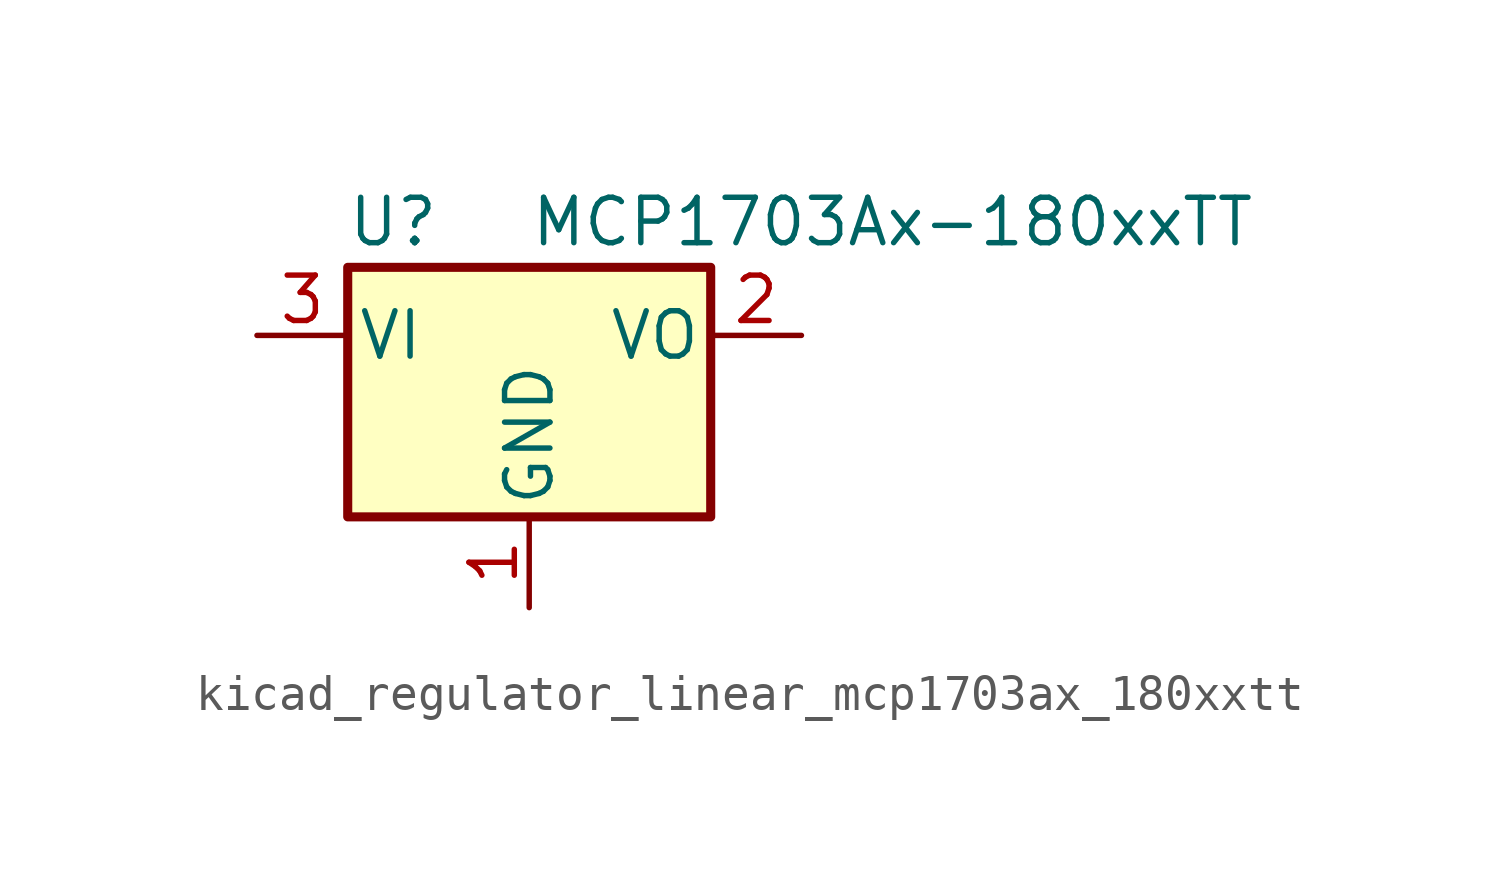
<source format=kicad_sym>
(kicad_symbol_lib
  (version 20220914)
  (generator kicad_symbol_editor)
  (symbol "kicad_regulator_linear_mcp1703ax_180xxtt"
    (pin_names
      (offset 0.254))
    (property "Reference" "U"
      (at -3.81 3.175 0)
      (effects (font (size 1.27 1.27))))
    (property "Value" "MCP1703Ax-180xxTT"
      (at 0 3.175 0)
      (effects (font (size 1.27 1.27)) (justify left)))
    (symbol "kicad_regulator_linear_mcp1703ax_180xxtt_0_1"
      (rectangle (start -5.08 -5.08) (end 5.08 1.905) (stroke (width 0.254) (type default)) (fill (type background))))
    (symbol "kicad_regulator_linear_mcp1703ax_180xxtt_1_1"
      (pin power_in line (at 0 -7.62 90) (length 2.54) (name "GND" (effects (font (size 1.27 1.27)))) (number "1" (effects (font (size 1.27 1.27)))))
      (pin power_out line (at 7.62 0 180) (length 2.54) (name "VO" (effects (font (size 1.27 1.27)))) (number "2" (effects (font (size 1.27 1.27)))))
      (pin power_in line (at -7.62 0 0) (length 2.54) (name "VI" (effects (font (size 1.27 1.27)))) (number "3" (effects (font (size 1.27 1.27))))))))
</source>
